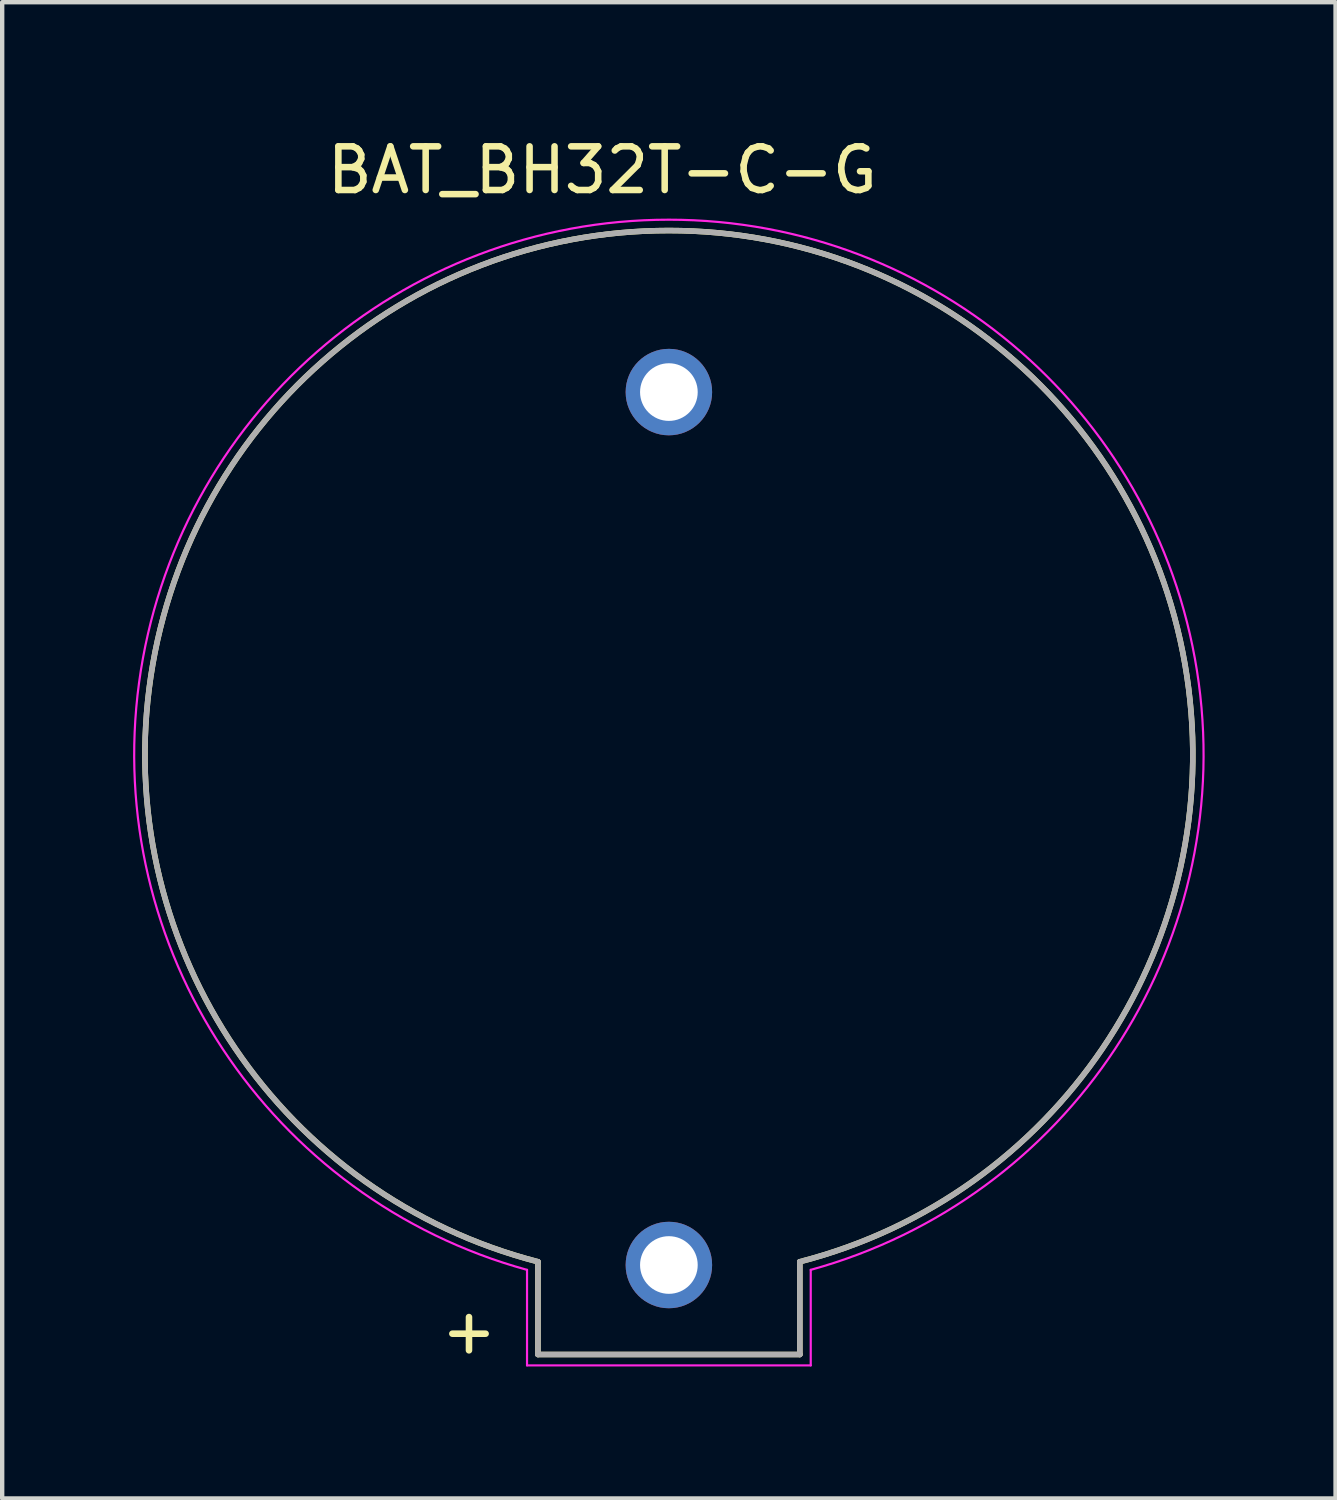
<source format=kicad_pcb>
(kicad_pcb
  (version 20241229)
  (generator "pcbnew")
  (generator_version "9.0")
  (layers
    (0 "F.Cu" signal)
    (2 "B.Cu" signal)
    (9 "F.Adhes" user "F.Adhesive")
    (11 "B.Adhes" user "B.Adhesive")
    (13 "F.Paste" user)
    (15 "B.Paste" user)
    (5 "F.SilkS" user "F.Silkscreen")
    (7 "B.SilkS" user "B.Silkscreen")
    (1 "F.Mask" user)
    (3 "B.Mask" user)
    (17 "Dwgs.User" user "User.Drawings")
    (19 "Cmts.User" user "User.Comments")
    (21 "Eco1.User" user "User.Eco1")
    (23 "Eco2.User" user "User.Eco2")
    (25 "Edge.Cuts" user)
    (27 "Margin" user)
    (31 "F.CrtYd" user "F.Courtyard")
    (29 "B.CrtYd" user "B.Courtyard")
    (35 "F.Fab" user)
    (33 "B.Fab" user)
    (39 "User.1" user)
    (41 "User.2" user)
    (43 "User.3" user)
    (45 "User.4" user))
  (footprint "BAT_BH32T-C-G"
    (layer "F.Cu")
    (at 12.275 14.233)
    (property "Reference" "BAT_BH32T-C-G" (at -1.525 -13.385 0) (layer "F.SilkS") (effects (font (size 1 1) (thickness 0.15))))
    (attr through_hole)
    (fp_line (start -3 13.75) (end -3 11.625) (stroke (width 0.127) (type solid)) (layer "F.SilkS"))
    (fp_line (start -3 13.75) (end 3 13.75) (stroke (width 0.127) (type solid)) (layer "F.SilkS"))
    (fp_line (start 3 13.75) (end 3 11.625) (stroke (width 0.127) (type solid)) (layer "F.SilkS"))
    (fp_arc (start -3 11.625) (mid 0 -12.000567) (end 3 11.625) (stroke (width 0.127) (type solid)) (layer "F.SilkS"))
    (fp_line (start -3.25 11.811) (end -3.25 14) (stroke (width 0.05) (type solid)) (layer "F.CrtYd"))
    (fp_line (start -3.25 14) (end 3.25 14) (stroke (width 0.05) (type solid)) (layer "F.CrtYd"))
    (fp_line (start 3.25 14) (end 3.25 11.811) (stroke (width 0.05) (type solid)) (layer "F.CrtYd"))
    (fp_arc (start -3.25 11.811) (mid 0 -12.249447) (end 3.25 11.811) (stroke (width 0.05) (type solid)) (layer "F.CrtYd"))
    (fp_line (start -3 13.75) (end -3 11.625) (stroke (width 0.127) (type solid)) (layer "F.Fab"))
    (fp_line (start -3 13.75) (end 3 13.75) (stroke (width 0.127) (type solid)) (layer "F.Fab"))
    (fp_line (start 3 13.75) (end 3 11.625) (stroke (width 0.127) (type solid)) (layer "F.Fab"))
    (fp_arc (start -3 11.625) (mid 0 -12.000567) (end 3 11.625) (stroke (width 0.127) (type solid)) (layer "F.Fab"))
    (fp_text user "+" (at -4.58 13.2 0) (layer "F.SilkS") (effects (font (size 1 1) (thickness 0.15))))
    (pad "+" thru_hole circle (at 0 11.7) (size 1.981 1.981) (drill 1.321) (layers "*.Cu" "*.Mask"))
    (pad "-" thru_hole circle (at 0 -8.3) (size 1.981 1.981) (drill 1.321) (layers "*.Cu" "*.Mask")))
  (gr_rect
    (start -3 -3)
    (end 27.549 31.282)
    (stroke (width 0.1) (type default))
    (fill no)
    (layer "Edge.Cuts")))
</source>
